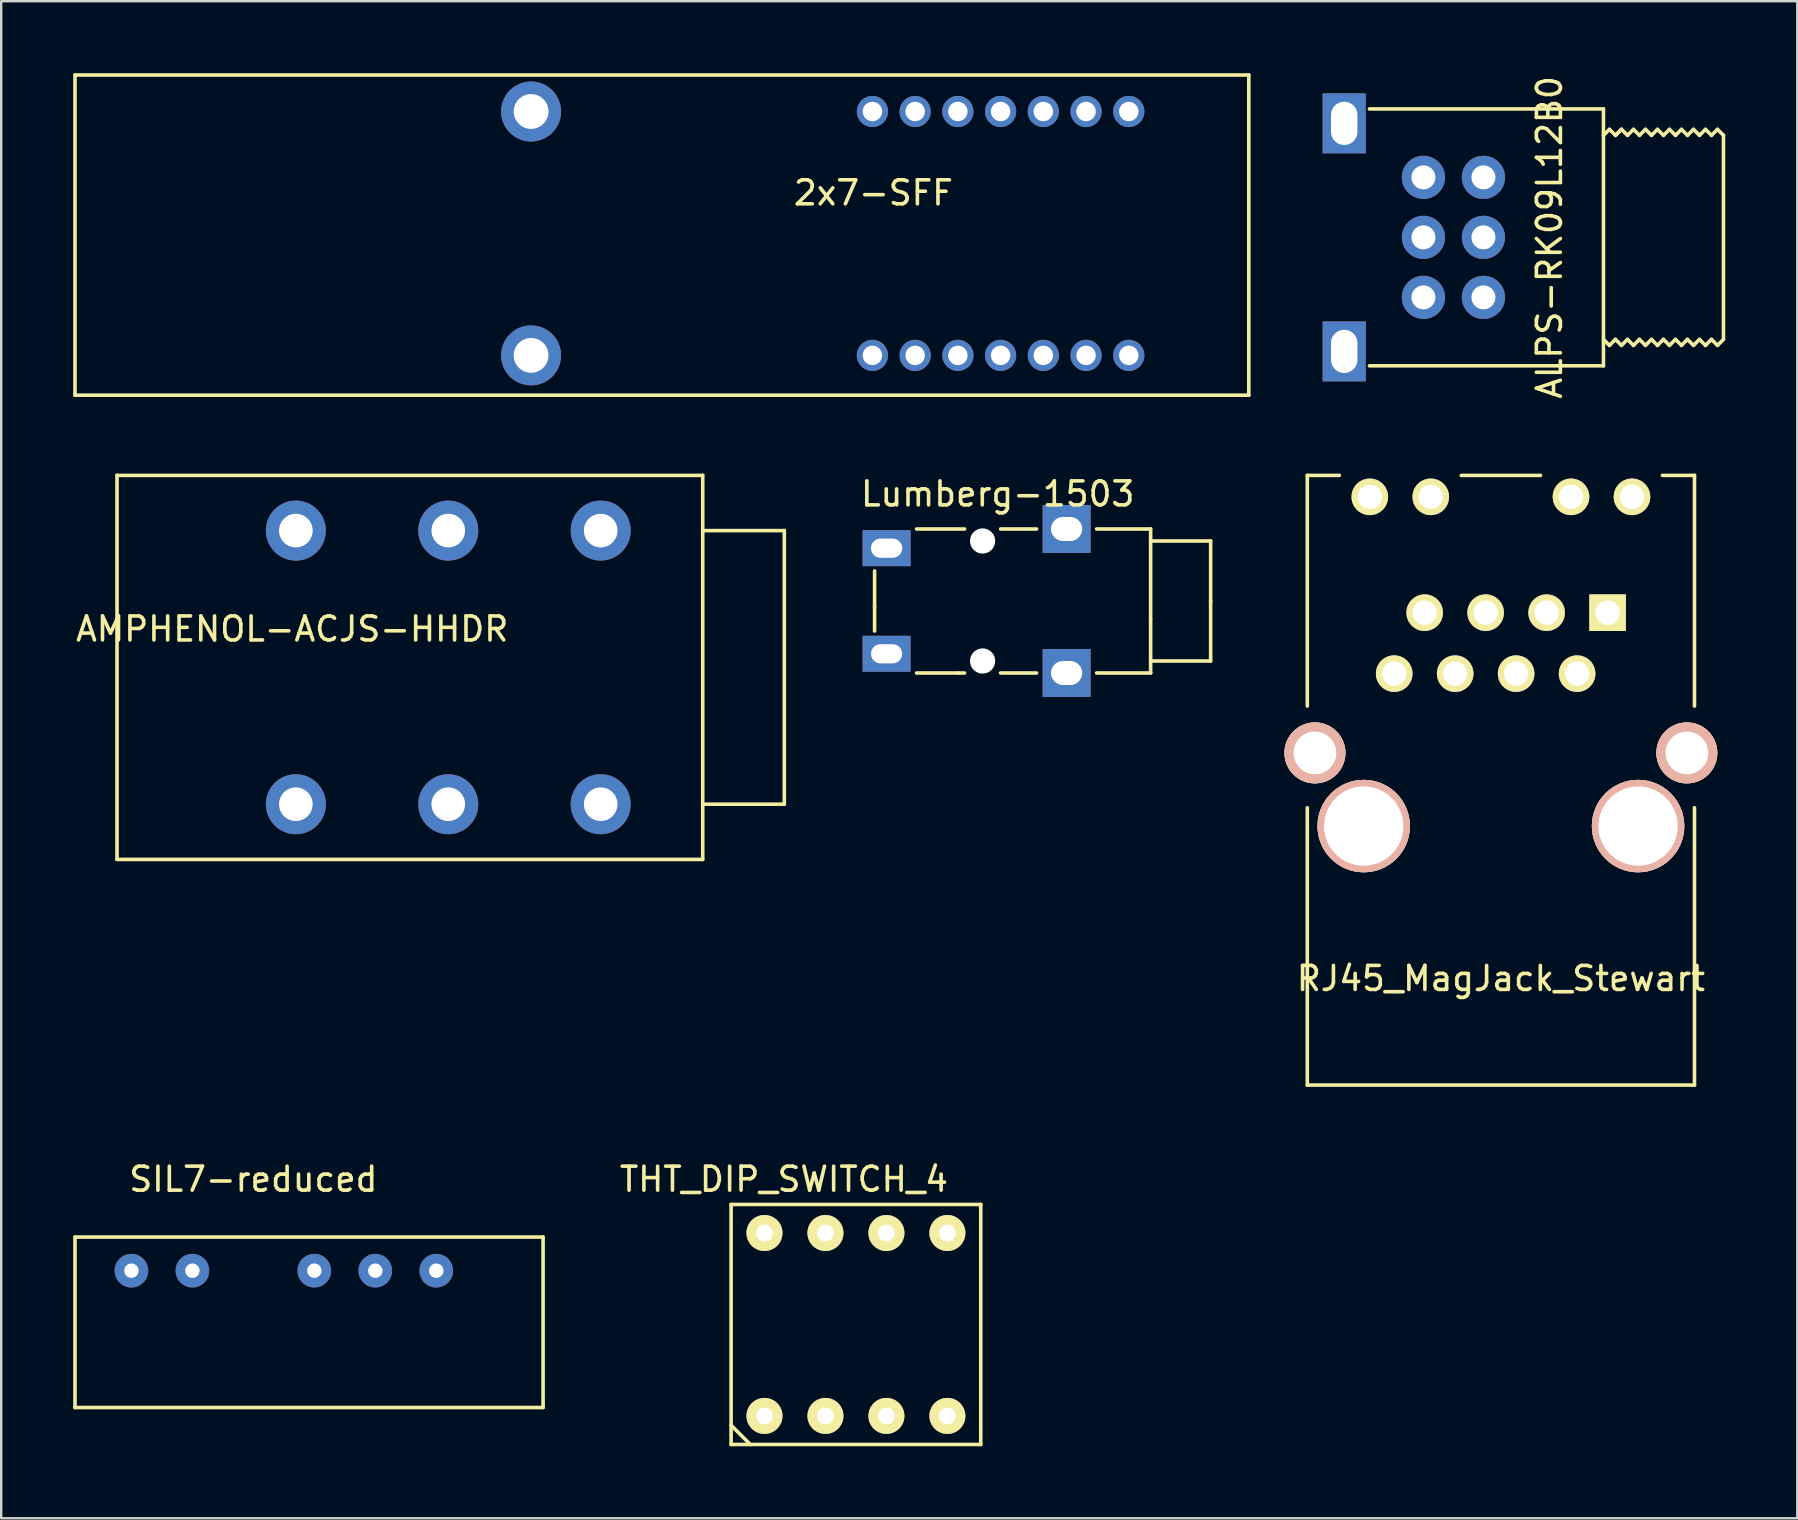
<source format=kicad_pcb>
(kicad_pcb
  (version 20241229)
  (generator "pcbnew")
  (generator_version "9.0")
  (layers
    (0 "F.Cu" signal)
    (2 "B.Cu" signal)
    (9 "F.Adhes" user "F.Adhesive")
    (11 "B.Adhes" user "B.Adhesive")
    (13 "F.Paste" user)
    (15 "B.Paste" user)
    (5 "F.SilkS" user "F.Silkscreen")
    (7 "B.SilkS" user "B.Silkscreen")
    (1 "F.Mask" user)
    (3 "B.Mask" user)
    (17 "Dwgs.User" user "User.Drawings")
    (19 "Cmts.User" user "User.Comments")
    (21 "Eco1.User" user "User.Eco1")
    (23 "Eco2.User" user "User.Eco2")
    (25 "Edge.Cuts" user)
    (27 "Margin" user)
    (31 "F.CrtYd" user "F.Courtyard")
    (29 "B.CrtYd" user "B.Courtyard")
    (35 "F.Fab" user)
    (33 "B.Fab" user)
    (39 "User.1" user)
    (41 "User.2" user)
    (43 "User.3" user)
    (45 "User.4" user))
  (footprint "Lumberg-1503"
    (layer "F.Cu")
    (at 37.635 21.987)
    (property "Reference" "Lumberg-1503" (at 0.88 -4.46 0) (layer "F.SilkS") (effects (font (size 1 1) (thickness 0.15))))
    (attr through_hole)
    (fp_line (start -4.25 0.25) (end -4.25 -1.25) (stroke (width 0.15) (type solid)) (layer "F.SilkS"))
    (fp_line (start -4.25 0.25) (end -4.25 1.25) (stroke (width 0.15) (type solid)) (layer "F.SilkS"))
    (fp_line (start -0.75 3) (end -2.5 3) (stroke (width 0.15) (type solid)) (layer "F.SilkS"))
    (fp_line (start -0.75 3) (end -0.5 3) (stroke (width 0.15) (type solid)) (layer "F.SilkS"))
    (fp_line (start -0.5 -3) (end -2.5 -3) (stroke (width 0.15) (type solid)) (layer "F.SilkS"))
    (fp_line (start 1 -3) (end 2.5 -3) (stroke (width 0.15) (type solid)) (layer "F.SilkS"))
    (fp_line (start 2.5 3) (end 1 3) (stroke (width 0.15) (type solid)) (layer "F.SilkS"))
    (fp_line (start 7.25 -3) (end 5 -3) (stroke (width 0.15) (type solid)) (layer "F.SilkS"))
    (fp_line (start 7.25 0.75) (end 7.25 -3) (stroke (width 0.15) (type solid)) (layer "F.SilkS"))
    (fp_line (start 7.25 2.5) (end 9.75 2.5) (stroke (width 0.15) (type solid)) (layer "F.SilkS"))
    (fp_line (start 7.25 3) (end 5 3) (stroke (width 0.15) (type solid)) (layer "F.SilkS"))
    (fp_line (start 7.25 3) (end 7.25 0.75) (stroke (width 0.15) (type solid)) (layer "F.SilkS"))
    (fp_line (start 9.75 -2.5) (end 7.25 -2.5) (stroke (width 0.15) (type solid)) (layer "F.SilkS"))
    (fp_line (start 9.75 0) (end 9.75 -2.5) (stroke (width 0.15) (type solid)) (layer "F.SilkS"))
    (fp_line (start 9.75 2.5) (end 9.75 0) (stroke (width 0.15) (type solid)) (layer "F.SilkS"))
    (pad "" np_thru_hole circle (at 0.25 -2.5) (size 1.05 1.05) (drill 1.05) (layers "*.Cu" "*.Mask"))
    (pad "" np_thru_hole circle (at 0.25 2.5) (size 1.05 1.05) (drill 1.05) (layers "*.Cu" "*.Mask"))
    (pad "1" thru_hole rect (at -3.75 -2.2) (size 2 1.5) (drill oval 1.3 0.8) (layers "*.Cu" "*.Mask"))
    (pad "2" thru_hole rect (at 3.75 -3) (size 2 2) (drill oval 1.3 1) (layers "*.Cu" "*.Mask"))
    (pad "2" thru_hole rect (at 3.75 3) (size 2 2) (drill oval 1.3 1) (layers "*.Cu" "*.Mask"))
    (pad "3" thru_hole rect (at -3.75 2.2) (size 2 1.5) (drill oval 1.3 0.8) (layers "*.Cu" "*.Mask")))
  (footprint "2x7-SFF"
    (layer "F.Cu")
    (at 33.295 6.745)
    (property "Reference" "2x7-SFF" (at 0.04 -1.76 0) (layer "F.SilkS") (effects (font (size 1 1) (thickness 0.15))))
    (attr through_hole)
    (fp_line (start -33.22 -6.67) (end -33.22 6.67) (stroke (width 0.15) (type solid)) (layer "F.SilkS"))
    (fp_line (start -33.22 -6.67) (end 15.68 -6.67) (stroke (width 0.15) (type solid)) (layer "F.SilkS"))
    (fp_line (start -33.22 6.67) (end 15.68 6.67) (stroke (width 0.15) (type solid)) (layer "F.SilkS"))
    (fp_line (start 15.68 -6.67) (end 15.68 6.67) (stroke (width 0.15) (type solid)) (layer "F.SilkS"))
    (pad "1" thru_hole circle (at 3.56 5.01) (size 1.3 1.3) (drill 0.81) (layers "*.Cu" "*.Mask"))
    (pad "2" thru_hole circle (at 5.34 5.01) (size 1.3 1.3) (drill 0.81) (layers "*.Cu" "*.Mask"))
    (pad "3" thru_hole circle (at 7.12 5.01) (size 1.3 1.3) (drill 0.81) (layers "*.Cu" "*.Mask"))
    (pad "4" thru_hole circle (at 8.9 5.01) (size 1.3 1.3) (drill 0.81) (layers "*.Cu" "*.Mask"))
    (pad "5" thru_hole circle (at 10.68 5.01) (size 1.3 1.3) (drill 0.81) (layers "*.Cu" "*.Mask"))
    (pad "6" thru_hole circle (at 10.68 -5.15) (size 1.3 1.3) (drill 0.81) (layers "*.Cu" "*.Mask"))
    (pad "7" thru_hole circle (at 8.9 -5.15) (size 1.3 1.3) (drill 0.81) (layers "*.Cu" "*.Mask"))
    (pad "8" thru_hole circle (at 7.12 -5.15) (size 1.3 1.3) (drill 0.81) (layers "*.Cu" "*.Mask"))
    (pad "9" thru_hole circle (at 5.34 -5.15) (size 1.3 1.3) (drill 0.81) (layers "*.Cu" "*.Mask"))
    (pad "10" thru_hole circle (at 3.56 -5.15) (size 1.3 1.3) (drill 0.81) (layers "*.Cu" "*.Mask"))
    (pad "A" thru_hole circle (at 1.78 5.01) (size 1.3 1.3) (drill 0.81) (layers "*.Cu" "*.Mask"))
    (pad "B" thru_hole circle (at 1.78 -5.15) (size 1.3 1.3) (drill 0.81) (layers "*.Cu" "*.Mask"))
    (pad "C" thru_hole circle (at 0 5.01) (size 1.3 1.3) (drill 0.81) (layers "*.Cu" "*.Mask"))
    (pad "D" thru_hole circle (at 0 -5.15) (size 1.3 1.3) (drill 0.81) (layers "*.Cu" "*.Mask"))
    (pad "MS1" thru_hole circle (at -14.22 5.01) (size 2.5 2.5) (drill 1.45) (layers "*.Cu" "*.Mask"))
    (pad "MS2" thru_hole circle (at -14.22 -5.15) (size 2.5 2.5) (drill 1.45) (layers "*.Cu" "*.Mask")))
  (footprint "SIL7-reduced"
    (layer "F.Cu")
    (at 8.775 49.887)
    (property "Reference" "SIL7-reduced" (at -1.27 -3.81 0) (layer "F.SilkS") (effects (font (size 1 1) (thickness 0.15))))
    (attr through_hole)
    (fp_line (start -8.7 -1.4) (end 10.8 -1.4) (stroke (width 0.15) (type solid)) (layer "F.SilkS"))
    (fp_line (start -8.7 5.7) (end -8.7 -1.4) (stroke (width 0.15) (type solid)) (layer "F.SilkS"))
    (fp_line (start -8.7 5.7) (end 10.8 5.7) (stroke (width 0.15) (type solid)) (layer "F.SilkS"))
    (fp_line (start 10.8 -1.4) (end 10.8 5.7) (stroke (width 0.15) (type solid)) (layer "F.SilkS"))
    (pad "1" thru_hole circle (at -6.35 0) (size 1.4 1.4) (drill 0.6) (layers "*.Cu" "*.Mask"))
    (pad "2" thru_hole circle (at -3.81 0) (size 1.4 1.4) (drill 0.6) (layers "*.Cu" "*.Mask"))
    (pad "4" thru_hole circle (at 1.27 0) (size 1.4 1.4) (drill 0.6) (layers "*.Cu" "*.Mask"))
    (pad "5" thru_hole circle (at 3.81 0) (size 1.4 1.4) (drill 0.6) (layers "*.Cu" "*.Mask"))
    (pad "6" thru_hole circle (at 6.35 0) (size 1.4 1.4) (drill 0.6) (layers "*.Cu" "*.Mask")))
  (footprint "RJ45_MagJack_Stewart"
    (layer "F.Cu")
    (at 53.762 31.364)
    (property "Reference" "RJ45_MagJack_Stewart" (at 5.715 6.35 0) (layer "F.SilkS") (effects (font (size 1 1) (thickness 0.15))))
    (attr through_hole)
    (fp_line (start -2.35 -14.61) (end -1.016 -14.61) (stroke (width 0.15) (type solid)) (layer "F.SilkS"))
    (fp_line (start -2.35 -5) (end -2.35 -14.61) (stroke (width 0.15) (type solid)) (layer "F.SilkS"))
    (fp_line (start -2.35 10.79) (end -2.35 -0.762) (stroke (width 0.15) (type solid)) (layer "F.SilkS"))
    (fp_line (start -2.35 10.79) (end 13.78 10.79) (stroke (width 0.15) (type solid)) (layer "F.SilkS"))
    (fp_line (start 4.064 -14.61) (end 7.366 -14.61) (stroke (width 0.15) (type solid)) (layer "F.SilkS"))
    (fp_line (start 13.78 -14.61) (end 12.446 -14.61) (stroke (width 0.15) (type solid)) (layer "F.SilkS"))
    (fp_line (start 13.78 -5) (end 13.78 -14.61) (stroke (width 0.15) (type solid)) (layer "F.SilkS"))
    (fp_line (start 13.78 10.79) (end 13.78 -0.762) (stroke (width 0.15) (type solid)) (layer "F.SilkS"))
    (pad "1" thru_hole rect (at 10.16 -8.89) (size 1.524 1.524) (drill 1.016) (layers "*.Cu" "*.Mask" "F.SilkS"))
    (pad "2" thru_hole circle (at 8.89 -6.35) (size 1.524 1.524) (drill 1.016) (layers "*.Cu" "*.Mask" "F.SilkS"))
    (pad "3" thru_hole circle (at 7.62 -8.89) (size 1.524 1.524) (drill 1.016) (layers "*.Cu" "*.Mask" "F.SilkS"))
    (pad "4" thru_hole circle (at 6.35 -6.35) (size 1.524 1.524) (drill 1.016) (layers "*.Cu" "*.Mask" "F.SilkS"))
    (pad "5" thru_hole circle (at 5.08 -8.89) (size 1.524 1.524) (drill 1.016) (layers "*.Cu" "*.Mask" "F.SilkS"))
    (pad "6" thru_hole circle (at 3.81 -6.35) (size 1.524 1.524) (drill 1.016) (layers "*.Cu" "*.Mask" "F.SilkS"))
    (pad "7" thru_hole circle (at 2.54 -8.89) (size 1.524 1.524) (drill 1.016) (layers "*.Cu" "*.Mask" "F.SilkS"))
    (pad "8" thru_hole circle (at 1.27 -6.35) (size 1.524 1.524) (drill 1.016) (layers "*.Cu" "*.Mask" "F.SilkS"))
    (pad "13" thru_hole circle (at -2.032 -3.048) (size 2.54 2.54) (drill 1.778) (layers "*.Cu" "*.SilkS" "*.Mask"))
    (pad "13" thru_hole circle (at 13.462 -3.048) (size 2.54 2.54) (drill 1.778) (layers "*.Cu" "*.SilkS" "*.Mask"))
    (pad "GA" thru_hole circle (at 8.636 -13.716) (size 1.524 1.524) (drill 1.016) (layers "*.Cu" "*.Mask" "F.SilkS"))
    (pad "GK" thru_hole circle (at 11.176 -13.716) (size 1.524 1.524) (drill 1.016) (layers "*.Cu" "*.Mask" "F.SilkS"))
    (pad "Hole" thru_hole circle (at 0 0) (size 3.851 3.851) (drill 3.302) (layers "*.Cu" "*.SilkS" "*.Mask"))
    (pad "Hole" thru_hole circle (at 11.43 0) (size 3.851 3.851) (drill 3.302) (layers "*.Cu" "*.SilkS" "*.Mask"))
    (pad "YA" thru_hole circle (at 0.254 -13.716) (size 1.524 1.524) (drill 1.016) (layers "*.Cu" "*.Mask" "F.SilkS"))
    (pad "YK" thru_hole circle (at 2.794 -13.716) (size 1.524 1.524) (drill 1.016) (layers "*.Cu" "*.Mask" "F.SilkS")))
  (footprint "ALPS-RK09L12B0"
    (layer "F.Cu")
    (at 56.25 6.839)
    (property "Reference" "ALPS-RK09L12B0" (at 5.25 0 90) (layer "F.SilkS") (effects (font (size 1 1) (thickness 0.15))))
    (attr through_hole)
    (fp_line (start 7.5 -5.35) (end -2.25 -5.35) (stroke (width 0.15) (type solid)) (layer "F.SilkS"))
    (fp_line (start 7.5 -5.35) (end 7.5 5.35) (stroke (width 0.15) (type solid)) (layer "F.SilkS"))
    (fp_line (start 7.5 4.25) (end 7.75 4.5) (stroke (width 0.15) (type solid)) (layer "F.SilkS"))
    (fp_line (start 7.5 5.35) (end -2.25 5.35) (stroke (width 0.15) (type solid)) (layer "F.SilkS"))
    (fp_line (start 7.75 -4.5) (end 7.5 -4.25) (stroke (width 0.15) (type solid)) (layer "F.SilkS"))
    (fp_line (start 7.75 -4.5) (end 8 -4.25) (stroke (width 0.15) (type solid)) (layer "F.SilkS"))
    (fp_line (start 7.75 4.5) (end 8 4.25) (stroke (width 0.15) (type solid)) (layer "F.SilkS"))
    (fp_line (start 8 -4.25) (end 8.25 -4.5) (stroke (width 0.15) (type solid)) (layer "F.SilkS"))
    (fp_line (start 8 4.25) (end 8.25 4.5) (stroke (width 0.15) (type solid)) (layer "F.SilkS"))
    (fp_line (start 8.25 -4.5) (end 8 -4.25) (stroke (width 0.15) (type solid)) (layer "F.SilkS"))
    (fp_line (start 8.25 -4.5) (end 8.5 -4.25) (stroke (width 0.15) (type solid)) (layer "F.SilkS"))
    (fp_line (start 8.25 4.5) (end 8.5 4.25) (stroke (width 0.15) (type solid)) (layer "F.SilkS"))
    (fp_line (start 8.5 -4.25) (end 8.75 -4.5) (stroke (width 0.15) (type solid)) (layer "F.SilkS"))
    (fp_line (start 8.5 4.25) (end 8.75 4.5) (stroke (width 0.15) (type solid)) (layer "F.SilkS"))
    (fp_line (start 8.75 -4.5) (end 9 -4.25) (stroke (width 0.15) (type solid)) (layer "F.SilkS"))
    (fp_line (start 8.75 4.5) (end 9 4.25) (stroke (width 0.15) (type solid)) (layer "F.SilkS"))
    (fp_line (start 9 -4.25) (end 9.25 -4.5) (stroke (width 0.15) (type solid)) (layer "F.SilkS"))
    (fp_line (start 9 4.25) (end 9.25 4.5) (stroke (width 0.15) (type solid)) (layer "F.SilkS"))
    (fp_line (start 9.25 -4.5) (end 9.5 -4.25) (stroke (width 0.15) (type solid)) (layer "F.SilkS"))
    (fp_line (start 9.25 4.5) (end 9.5 4.25) (stroke (width 0.15) (type solid)) (layer "F.SilkS"))
    (fp_line (start 9.5 -4.25) (end 9.75 -4.5) (stroke (width 0.15) (type solid)) (layer "F.SilkS"))
    (fp_line (start 9.5 4.25) (end 9.75 4.5) (stroke (width 0.15) (type solid)) (layer "F.SilkS"))
    (fp_line (start 9.75 -4.5) (end 10 -4.25) (stroke (width 0.15) (type solid)) (layer "F.SilkS"))
    (fp_line (start 9.75 4.5) (end 10 4.25) (stroke (width 0.15) (type solid)) (layer "F.SilkS"))
    (fp_line (start 10 -4.25) (end 10.25 -4.5) (stroke (width 0.15) (type solid)) (layer "F.SilkS"))
    (fp_line (start 10 4.25) (end 10.25 4.5) (stroke (width 0.15) (type solid)) (layer "F.SilkS"))
    (fp_line (start 10.25 -4.5) (end 10.5 -4.25) (stroke (width 0.15) (type solid)) (layer "F.SilkS"))
    (fp_line (start 10.25 4.5) (end 10.5 4.25) (stroke (width 0.15) (type solid)) (layer "F.SilkS"))
    (fp_line (start 10.5 -4.25) (end 10.75 -4.5) (stroke (width 0.15) (type solid)) (layer "F.SilkS"))
    (fp_line (start 10.5 4.25) (end 10.75 4.5) (stroke (width 0.15) (type solid)) (layer "F.SilkS"))
    (fp_line (start 10.75 -4.5) (end 11 -4.25) (stroke (width 0.15) (type solid)) (layer "F.SilkS"))
    (fp_line (start 10.75 4.5) (end 11 4.25) (stroke (width 0.15) (type solid)) (layer "F.SilkS"))
    (fp_line (start 11 -4.25) (end 11.25 -4.5) (stroke (width 0.15) (type solid)) (layer "F.SilkS"))
    (fp_line (start 11 4.25) (end 11.25 4.5) (stroke (width 0.15) (type solid)) (layer "F.SilkS"))
    (fp_line (start 11.25 -4.5) (end 11.5 -4.25) (stroke (width 0.15) (type solid)) (layer "F.SilkS"))
    (fp_line (start 11.25 4.5) (end 11.5 4.25) (stroke (width 0.15) (type solid)) (layer "F.SilkS"))
    (fp_line (start 11.5 -4.25) (end 11.75 -4.5) (stroke (width 0.15) (type solid)) (layer "F.SilkS"))
    (fp_line (start 11.5 4.25) (end 11.75 4.5) (stroke (width 0.15) (type solid)) (layer "F.SilkS"))
    (fp_line (start 11.75 -4.5) (end 12 -4.25) (stroke (width 0.15) (type solid)) (layer "F.SilkS"))
    (fp_line (start 11.75 4.5) (end 12 4.25) (stroke (width 0.15) (type solid)) (layer "F.SilkS"))
    (fp_line (start 12 -4.25) (end 12.25 -4.5) (stroke (width 0.15) (type solid)) (layer "F.SilkS"))
    (fp_line (start 12 4.25) (end 12.25 4.5) (stroke (width 0.15) (type solid)) (layer "F.SilkS"))
    (fp_line (start 12.25 -4.5) (end 12.5 -4.25) (stroke (width 0.15) (type solid)) (layer "F.SilkS"))
    (fp_line (start 12.25 4.5) (end 12.5 4.25) (stroke (width 0.15) (type solid)) (layer "F.SilkS"))
    (fp_line (start 12.5 -4.25) (end 12.5 4.25) (stroke (width 0.15) (type solid)) (layer "F.SilkS"))
    (pad "11" thru_hole circle (at 0 2.5) (size 1.8 1.8) (drill 1) (layers "*.Cu" "*.Mask"))
    (pad "12" thru_hole circle (at 0 0) (size 1.8 1.8) (drill 1) (layers "*.Cu" "*.Mask"))
    (pad "13" thru_hole circle (at 0 -2.5) (size 1.8 1.8) (drill 1) (layers "*.Cu" "*.Mask"))
    (pad "21" thru_hole circle (at 2.5 2.5) (size 1.8 1.8) (drill 1) (layers "*.Cu" "*.Mask"))
    (pad "22" thru_hole circle (at 2.5 0) (size 1.8 1.8) (drill 1) (layers "*.Cu" "*.Mask"))
    (pad "23" thru_hole circle (at 2.5 -2.5) (size 1.8 1.8) (drill 1) (layers "*.Cu" "*.Mask"))
    (pad "30" thru_hole rect (at -3.3 -4.75) (size 1.8 2.5) (drill oval 1.1 1.8) (layers "*.Cu" "*.Mask"))
    (pad "30" thru_hole rect (at -3.3 4.75) (size 1.8 2.5) (drill oval 1.1 1.8) (layers "*.Cu" "*.Mask")))
  (footprint "THT_DIP_SWITCH_4"
    (layer "F.Cu")
    (at 32.608 52.127)
    (property "Reference" "THT_DIP_SWITCH_4" (at -3 -6.05 0) (layer "F.SilkS") (effects (font (size 1 1) (thickness 0.15))))
    (attr through_hole)
    (fp_line (start -5.2 -5) (end -5.2 5) (stroke (width 0.15) (type solid)) (layer "F.SilkS"))
    (fp_line (start -5.2 4.2) (end -4.4 5) (stroke (width 0.15) (type solid)) (layer "F.SilkS"))
    (fp_line (start -5.2 5) (end 5.2 5) (stroke (width 0.15) (type solid)) (layer "F.SilkS"))
    (fp_line (start 5.2 -5) (end -5.2 -5) (stroke (width 0.15) (type solid)) (layer "F.SilkS"))
    (fp_line (start 5.2 5) (end 5.2 -5) (stroke (width 0.15) (type solid)) (layer "F.SilkS"))
    (pad "1" thru_hole circle (at -3.81 3.81) (size 1.5 1.5) (drill 0.7) (layers "*.Cu" "*.Mask" "F.SilkS"))
    (pad "2" thru_hole circle (at -1.27 3.81) (size 1.5 1.5) (drill 0.7) (layers "*.Cu" "*.Mask" "F.SilkS"))
    (pad "3" thru_hole circle (at 1.27 3.81) (size 1.5 1.5) (drill 0.7) (layers "*.Cu" "*.Mask" "F.SilkS"))
    (pad "4" thru_hole circle (at 3.81 3.81) (size 1.5 1.5) (drill 0.7) (layers "*.Cu" "*.Mask" "F.SilkS"))
    (pad "5" thru_hole circle (at 3.81 -3.81) (size 1.5 1.5) (drill 0.7) (layers "*.Cu" "*.Mask" "F.SilkS"))
    (pad "6" thru_hole circle (at 1.27 -3.81) (size 1.5 1.5) (drill 0.7) (layers "*.Cu" "*.Mask" "F.SilkS"))
    (pad "7" thru_hole circle (at -1.27 -3.81) (size 1.5 1.5) (drill 0.7) (layers "*.Cu" "*.Mask" "F.SilkS"))
    (pad "8" thru_hole circle (at -3.81 -3.81) (size 1.5 1.5) (drill 0.7) (layers "*.Cu" "*.Mask" "F.SilkS")))
  (footprint "AMPHENOL-ACJS-HHDR"
    (layer "F.Cu")
    (at 15.625 24.754)
    (property "Reference" "AMPHENOL-ACJS-HHDR" (at -6.5 -1.6 0) (layer "F.SilkS") (effects (font (size 1 1) (thickness 0.15))))
    (attr through_hole)
    (fp_line (start -13.8 -8) (end 10.6 -8) (stroke (width 0.15) (type solid)) (layer "F.SilkS"))
    (fp_line (start -13.8 8) (end -13.8 -8) (stroke (width 0.15) (type solid)) (layer "F.SilkS"))
    (fp_line (start 10.6 -8) (end 10.6 8) (stroke (width 0.15) (type solid)) (layer "F.SilkS"))
    (fp_line (start 10.6 -5.7) (end 14 -5.7) (stroke (width 0.15) (type solid)) (layer "F.SilkS"))
    (fp_line (start 10.6 5.7) (end 14 5.7) (stroke (width 0.15) (type solid)) (layer "F.SilkS"))
    (fp_line (start 10.6 8) (end -13.8 8) (stroke (width 0.15) (type solid)) (layer "F.SilkS"))
    (fp_line (start 14 -5.7) (end 14 5.7) (stroke (width 0.15) (type solid)) (layer "F.SilkS"))
    (pad "1" thru_hole circle (at 6.35 -5.7) (size 2.5 2.5) (drill 1.4) (layers "*.Cu" "*.Mask"))
    (pad "2" thru_hole circle (at -6.35 -5.7) (size 2.5 2.5) (drill 1.4) (layers "*.Cu" "*.Mask"))
    (pad "3" thru_hole circle (at 0 -5.7) (size 2.5 2.5) (drill 1.4) (layers "*.Cu" "*.Mask"))
    (pad "4" thru_hole circle (at 6.35 5.7) (size 2.5 2.5) (drill 1.4) (layers "*.Cu" "*.Mask"))
    (pad "5" thru_hole circle (at -6.35 5.7) (size 2.5 2.5) (drill 1.4) (layers "*.Cu" "*.Mask"))
    (pad "6" thru_hole circle (at 0 5.7) (size 2.5 2.5) (drill 1.4) (layers "*.Cu" "*.Mask")))
  (gr_rect
    (start -3 -3)
    (end 71.825 60.202)
    (stroke (width 0.1) (type default))
    (fill no)
    (layer "Edge.Cuts")))
</source>
